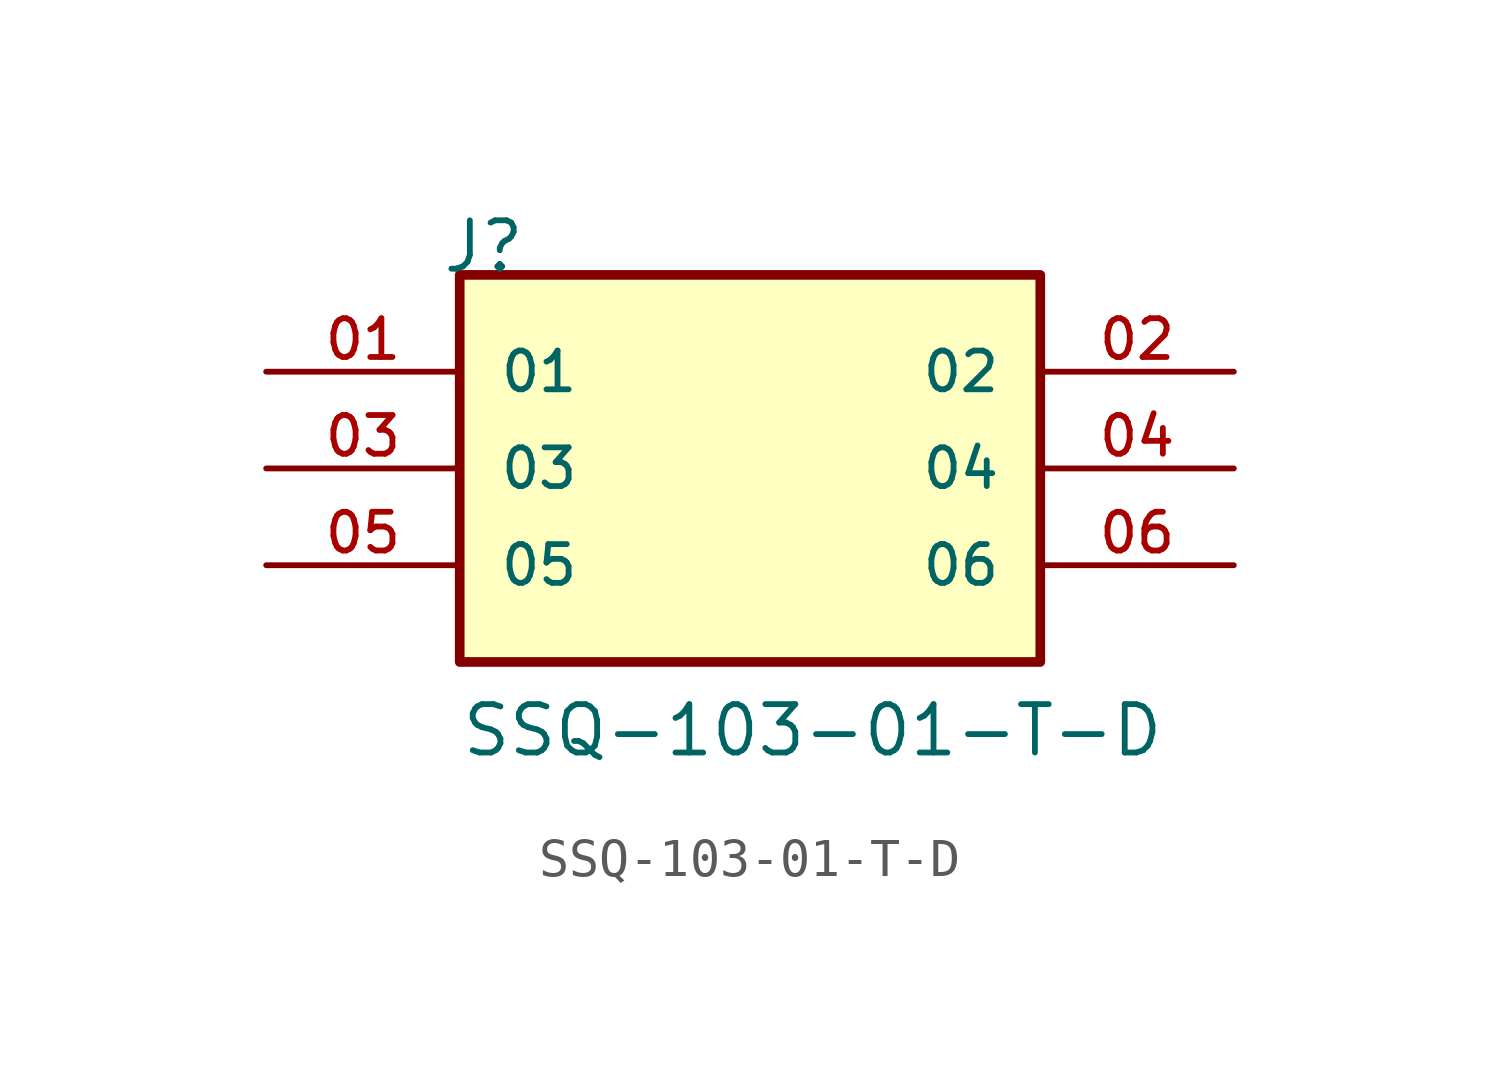
<source format=kicad_sym>
(kicad_symbol_lib
  (version 20211014)
  (generator kicad_symbol_editor)
  (symbol "SSQ-103-01-T-D"
    (pin_names
      (offset 1.016))
    (property "Reference" "J"
      (at -8.12 5.08 0)
      (effects (font (size 1.27 1.27)) (justify bottom left)))
    (property "Value" "SSQ-103-01-T-D"
      (at -7.62 -7.62 0)
      (effects (font (size 1.27 1.27)) (justify bottom left)))
    (symbol "SSQ-103-01-T-D_0_0"
      (rectangle (start -7.62 -5.08) (end 7.62 5.08) (stroke (width 0.254)) (fill (type background)))
      (pin passive line (at -12.7 2.54 0) (length 5.08) (name "01" (effects (font (size 1.016 1.016)))) (number "01" (effects (font (size 1.016 1.016)))))
      (pin passive line (at 12.7 2.54 180.0) (length 5.08) (name "02" (effects (font (size 1.016 1.016)))) (number "02" (effects (font (size 1.016 1.016)))))
      (pin passive line (at -12.7 0.0 0) (length 5.08) (name "03" (effects (font (size 1.016 1.016)))) (number "03" (effects (font (size 1.016 1.016)))))
      (pin passive line (at 12.7 0.0 180.0) (length 5.08) (name "04" (effects (font (size 1.016 1.016)))) (number "04" (effects (font (size 1.016 1.016)))))
      (pin passive line (at -12.7 -2.54 0) (length 5.08) (name "05" (effects (font (size 1.016 1.016)))) (number "05" (effects (font (size 1.016 1.016)))))
      (pin passive line (at 12.7 -2.54 180.0) (length 5.08) (name "06" (effects (font (size 1.016 1.016)))) (number "06" (effects (font (size 1.016 1.016))))))))
</source>
